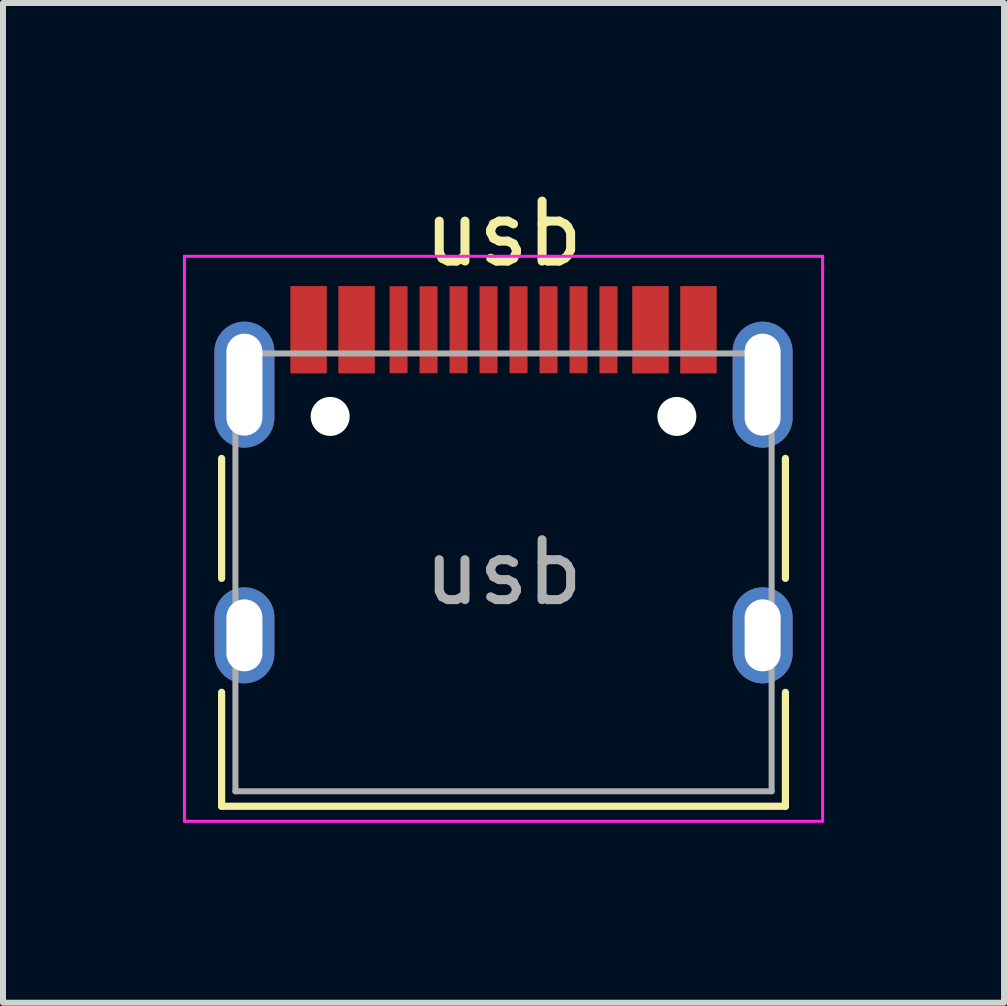
<source format=kicad_pcb>
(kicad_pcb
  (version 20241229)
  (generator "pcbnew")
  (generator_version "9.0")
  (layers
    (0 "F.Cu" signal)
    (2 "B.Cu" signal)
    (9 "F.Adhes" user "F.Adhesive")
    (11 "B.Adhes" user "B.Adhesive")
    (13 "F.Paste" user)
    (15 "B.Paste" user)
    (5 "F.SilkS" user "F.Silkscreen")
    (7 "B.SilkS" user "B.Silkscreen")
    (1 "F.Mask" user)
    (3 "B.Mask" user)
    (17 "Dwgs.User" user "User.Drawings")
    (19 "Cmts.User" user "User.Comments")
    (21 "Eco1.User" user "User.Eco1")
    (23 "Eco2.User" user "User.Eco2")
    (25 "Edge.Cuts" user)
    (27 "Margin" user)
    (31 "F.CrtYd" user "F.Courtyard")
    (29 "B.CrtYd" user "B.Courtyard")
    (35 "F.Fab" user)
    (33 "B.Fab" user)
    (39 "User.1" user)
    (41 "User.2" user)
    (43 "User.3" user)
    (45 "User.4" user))
  (footprint "usb"
    (layer "F.Cu")
    (at 5.345 6.493)
    (property "Reference" "usb" (at 0 -5.645 0) (layer "F.SilkS") (effects (font (size 1 1) (thickness 0.15))))
    (attr smd)
    (fp_line (start -4.7 -1.9) (end -4.7 0.1) (stroke (width 0.12) (type solid)) (layer "F.SilkS"))
    (fp_line (start -4.7 2) (end -4.7 3.9) (stroke (width 0.12) (type solid)) (layer "F.SilkS"))
    (fp_line (start -4.7 3.9) (end 4.7 3.9) (stroke (width 0.12) (type solid)) (layer "F.SilkS"))
    (fp_line (start 4.7 -1.9) (end 4.7 0.1) (stroke (width 0.12) (type solid)) (layer "F.SilkS"))
    (fp_line (start 4.7 2) (end 4.7 3.9) (stroke (width 0.12) (type solid)) (layer "F.SilkS"))
    (fp_line (start -5.32 -5.27) (end -5.32 4.15) (stroke (width 0.05) (type solid)) (layer "F.CrtYd"))
    (fp_line (start -5.32 -5.27) (end 5.32 -5.27) (stroke (width 0.05) (type solid)) (layer "F.CrtYd"))
    (fp_line (start -5.32 4.15) (end 5.32 4.15) (stroke (width 0.05) (type solid)) (layer "F.CrtYd"))
    (fp_line (start 5.32 -5.27) (end 5.32 4.15) (stroke (width 0.05) (type solid)) (layer "F.CrtYd"))
    (fp_line (start -4.47 -3.65) (end -4.47 3.65) (stroke (width 0.1) (type solid)) (layer "F.Fab"))
    (fp_line (start -4.47 -3.65) (end 4.47 -3.65) (stroke (width 0.1) (type solid)) (layer "F.Fab"))
    (fp_line (start -4.47 3.65) (end 4.47 3.65) (stroke (width 0.1) (type solid)) (layer "F.Fab"))
    (fp_line (start 4.47 -3.65) (end 4.47 3.65) (stroke (width 0.1) (type solid)) (layer "F.Fab"))
    (fp_text user "${REFERENCE}" (at 0 0 0) (layer "F.Fab") (effects (font (size 1 1) (thickness 0.15))))
    (pad "" np_thru_hole circle (at -2.89 -2.6) (size 0.65 0.65) (drill 0.65) (layers "*.Cu" "*.Mask"))
    (pad "" np_thru_hole circle (at 2.89 -2.6) (size 0.65 0.65) (drill 0.65) (layers "*.Cu" "*.Mask"))
    (pad "A1" smd rect (at -3.25 -4.045) (size 0.6 1.45) (layers "F.Cu" "F.Mask" "F.Paste"))
    (pad "A4" smd rect (at -2.45 -4.045) (size 0.6 1.45) (layers "F.Cu" "F.Mask" "F.Paste"))
    (pad "A5" smd rect (at -1.25 -4.045) (size 0.3 1.45) (layers "F.Cu" "F.Mask" "F.Paste"))
    (pad "A6" smd rect (at -0.25 -4.045) (size 0.3 1.45) (layers "F.Cu" "F.Mask" "F.Paste"))
    (pad "A7" smd rect (at 0.25 -4.045) (size 0.3 1.45) (layers "F.Cu" "F.Mask" "F.Paste"))
    (pad "A8" smd rect (at 1.25 -4.045) (size 0.3 1.45) (layers "F.Cu" "F.Mask" "F.Paste"))
    (pad "A9" smd rect (at 2.45 -4.045) (size 0.6 1.45) (layers "F.Cu" "F.Mask" "F.Paste"))
    (pad "A12" smd rect (at 3.25 -4.045) (size 0.6 1.45) (layers "F.Cu" "F.Mask" "F.Paste"))
    (pad "B1" smd rect (at 3.25 -4.045) (size 0.6 1.45) (layers "F.Cu" "F.Mask" "F.Paste"))
    (pad "B4" smd rect (at 2.45 -4.045) (size 0.6 1.45) (layers "F.Cu" "F.Mask" "F.Paste"))
    (pad "B5" smd rect (at 1.75 -4.045) (size 0.3 1.45) (layers "F.Cu" "F.Mask" "F.Paste"))
    (pad "B6" smd rect (at 0.75 -4.045) (size 0.3 1.45) (layers "F.Cu" "F.Mask" "F.Paste"))
    (pad "B7" smd rect (at -0.75 -4.045) (size 0.3 1.45) (layers "F.Cu" "F.Mask" "F.Paste"))
    (pad "B8" smd rect (at -1.75 -4.045) (size 0.3 1.45) (layers "F.Cu" "F.Mask" "F.Paste"))
    (pad "B9" smd rect (at -2.45 -4.045) (size 0.6 1.45) (layers "F.Cu" "F.Mask" "F.Paste"))
    (pad "B12" smd rect (at -3.25 -4.045) (size 0.6 1.45) (layers "F.Cu" "F.Mask" "F.Paste"))
    (pad "S1" thru_hole oval (at -4.32 -3.13) (size 1 2.1) (drill oval 0.6 1.7) (layers "*.Cu" "*.Mask"))
    (pad "S1" thru_hole oval (at -4.32 1.05) (size 1 1.6) (drill oval 0.6 1.2) (layers "*.Cu" "*.Mask"))
    (pad "S1" thru_hole oval (at 4.32 -3.13) (size 1 2.1) (drill oval 0.6 1.7) (layers "*.Cu" "*.Mask"))
    (pad "S1" thru_hole oval (at 4.32 1.05) (size 1 1.6) (drill oval 0.6 1.2) (layers "*.Cu" "*.Mask")))
  (gr_rect
    (start -3 -3)
    (end 13.69 13.668)
    (stroke (width 0.1) (type default))
    (fill no)
    (layer "Edge.Cuts")))
</source>
